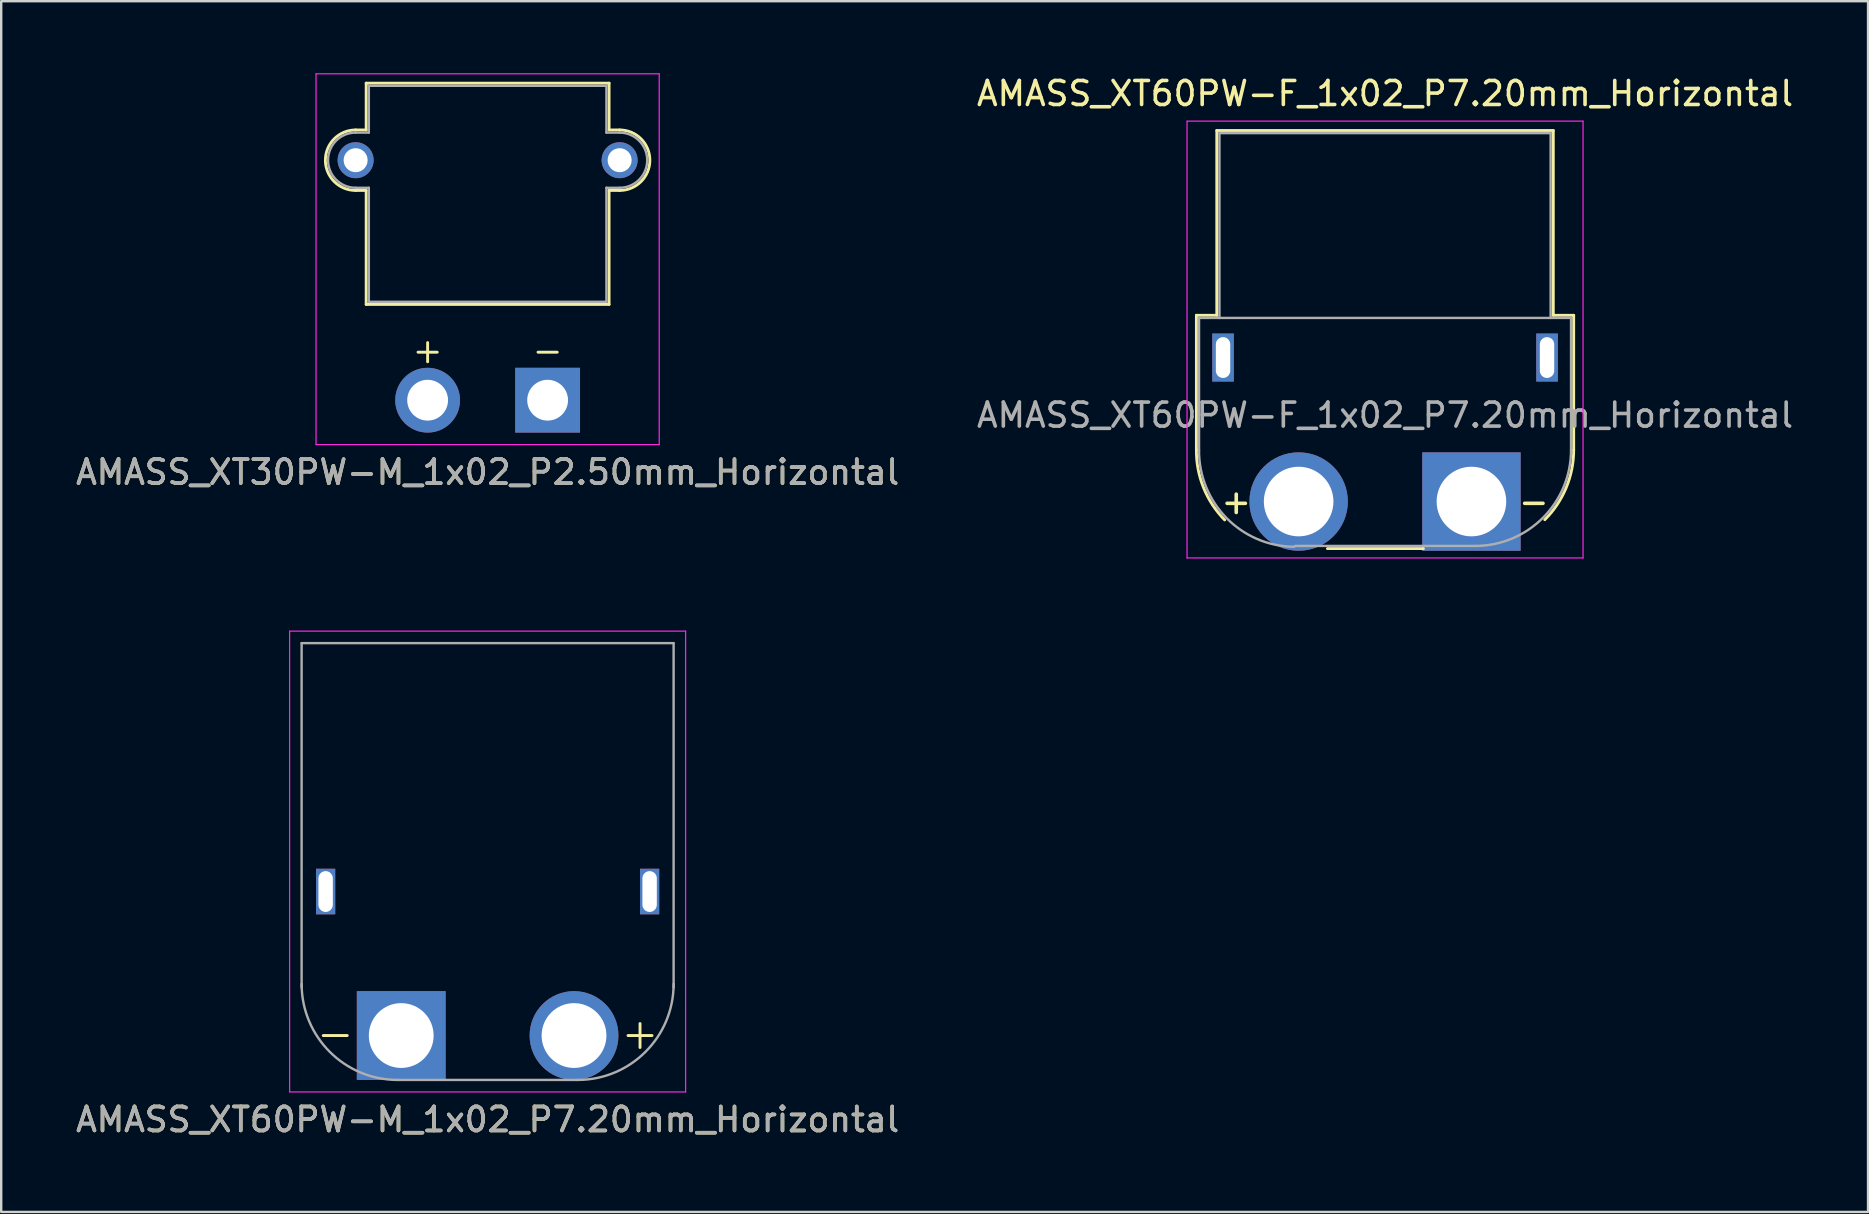
<source format=kicad_pcb>
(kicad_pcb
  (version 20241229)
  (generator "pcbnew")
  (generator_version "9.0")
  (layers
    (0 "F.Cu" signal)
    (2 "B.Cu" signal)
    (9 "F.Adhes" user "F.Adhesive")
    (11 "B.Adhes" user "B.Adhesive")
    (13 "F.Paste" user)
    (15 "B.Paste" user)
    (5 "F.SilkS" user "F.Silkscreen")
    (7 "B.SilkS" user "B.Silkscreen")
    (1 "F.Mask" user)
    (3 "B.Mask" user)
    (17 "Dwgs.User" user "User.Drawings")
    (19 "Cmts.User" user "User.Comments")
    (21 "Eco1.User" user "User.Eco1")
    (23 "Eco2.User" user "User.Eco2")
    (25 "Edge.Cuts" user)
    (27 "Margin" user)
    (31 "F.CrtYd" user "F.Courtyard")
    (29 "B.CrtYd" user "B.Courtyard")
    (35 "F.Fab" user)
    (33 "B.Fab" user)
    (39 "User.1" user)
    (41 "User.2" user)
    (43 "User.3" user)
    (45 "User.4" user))
  (footprint "AMASS_XT60PW-F_1x02_P7.20mm_Horizontal"
    (layer "F.Cu")
    (at 58.261 17.848)
    (property "Reference" "AMASS_XT60PW-F_1x02_P7.20mm_Horizontal" (at -3.6 -17 0) (layer "F.SilkS") (effects (font (size 1 1) (thickness 0.15))))
    (attr through_hole)
    (fp_line (start -11.46 -7.76) (end -11.46 -2.15) (stroke (width 0.12) (type solid)) (layer "F.SilkS"))
    (fp_line (start -11.46 -7.76) (end -10.61 -7.76) (stroke (width 0.12) (type solid)) (layer "F.SilkS"))
    (fp_line (start -10.61 -15.46) (end -10.61 -7.76) (stroke (width 0.12) (type solid)) (layer "F.SilkS"))
    (fp_line (start -10.61 -15.46) (end 3.41 -15.46) (stroke (width 0.12) (type solid)) (layer "F.SilkS"))
    (fp_line (start -6 1.96) (end -2 1.96) (stroke (width 0.12) (type solid)) (layer "F.SilkS"))
    (fp_line (start 3.41 -15.46) (end 3.41 -7.76) (stroke (width 0.12) (type solid)) (layer "F.SilkS"))
    (fp_line (start 3.41 -7.76) (end 4.26 -7.76) (stroke (width 0.12) (type solid)) (layer "F.SilkS"))
    (fp_line (start 4.26 -7.76) (end 4.26 -2.15) (stroke (width 0.12) (type solid)) (layer "F.SilkS"))
    (fp_arc (start -10.280958 0.76646) (mid -11.160539 -0.574507) (end -11.46 -2.15) (stroke (width 0.12) (type solid)) (layer "F.SilkS"))
    (fp_arc (start 4.26 -2.15) (mid 3.947145 -0.577171) (end 3.056209 0.756209) (stroke (width 0.12) (type solid)) (layer "F.SilkS"))
    (fp_line (start -11.85 -15.85) (end -11.85 2.35) (stroke (width 0.05) (type solid)) (layer "F.CrtYd"))
    (fp_line (start -11.85 -15.85) (end 4.65 -15.85) (stroke (width 0.05) (type solid)) (layer "F.CrtYd"))
    (fp_line (start 4.65 2.35) (end -11.85 2.35) (stroke (width 0.05) (type solid)) (layer "F.CrtYd"))
    (fp_line (start 4.65 2.35) (end 4.65 -15.85) (stroke (width 0.05) (type solid)) (layer "F.CrtYd"))
    (fp_line (start -11.35 -7.65) (end -11.35 -2.15) (stroke (width 0.1) (type solid)) (layer "F.Fab"))
    (fp_line (start -11.35 -7.65) (end 4.15 -7.65) (stroke (width 0.1) (type solid)) (layer "F.Fab"))
    (fp_line (start -10.5 -15.35) (end 3.3 -15.35) (stroke (width 0.1) (type solid)) (layer "F.Fab"))
    (fp_line (start -10.5 -7.65) (end -10.5 -15.35) (stroke (width 0.1) (type solid)) (layer "F.Fab"))
    (fp_line (start -7.35 1.85) (end 0.15 1.85) (stroke (width 0.1) (type solid)) (layer "F.Fab"))
    (fp_line (start 3.3 -7.65) (end 3.3 -15.35) (stroke (width 0.1) (type solid)) (layer "F.Fab"))
    (fp_line (start 4.15 -7.65) (end 4.15 -2.15) (stroke (width 0.1) (type solid)) (layer "F.Fab"))
    (fp_arc (start -7.385 1.885) (mid -10.203176 0.688678) (end -11.35 -2.15) (stroke (width 0.1) (type solid)) (layer "F.Fab"))
    (fp_arc (start 4.15 -2.15) (mid 2.978427 0.678427) (end 0.15 1.85) (stroke (width 0.1) (type solid)) (layer "F.Fab"))
    (fp_text user "+" (at -9.8 0 0) (layer "F.SilkS") (effects (font (size 1 1) (thickness 0.15))))
    (fp_text user "-" (at 2.6 0 0) (layer "F.SilkS") (effects (font (size 1 1) (thickness 0.15))))
    (fp_text user "${REFERENCE}" (at -3.6 -3.6 0) (layer "F.Fab") (effects (font (size 1 1) (thickness 0.15))))
    (pad "1" thru_hole rect (at -10.35 -6) (size 0.9 2) (drill oval 0.6 1.7) (layers "*.Cu" "*.Mask"))
    (pad "1" thru_hole rect (at 0 0) (size 4.1 4.1) (drill 2.9) (layers "*.Cu" "*.Mask"))
    (pad "1" thru_hole rect (at 3.15 -6) (size 0.9 2) (drill oval 0.6 1.7) (layers "*.Cu" "*.Mask"))
    (pad "2" thru_hole circle (at -7.2 0) (size 4.1 4.1) (drill 2.9) (layers "*.Cu" "*.Mask")))
  (footprint "AMASS_XT60PW-M_1x02_P7.20mm_Horizontal"
    (layer "F.Cu")
    (at 13.668 40.098)
    (property "Reference" "AMASS_XT60PW-M_1x02_P7.20mm_Horizontal" (at 3.6 3.5 0) (layer "F.SilkS") (effects (font (size 1 1) (thickness 0.15))))
    (attr through_hole)
    (fp_line (start -3.25 0) (end -2.25 0) (stroke (width 0.12) (type solid)) (layer "F.SilkS"))
    (fp_line (start 9.45 0) (end 10.45 0) (stroke (width 0.12) (type solid)) (layer "F.SilkS"))
    (fp_line (start 9.95 -0.5) (end 9.95 0.5) (stroke (width 0.12) (type solid)) (layer "F.SilkS"))
    (fp_line (start -4.65 -16.85) (end -4.65 2.35) (stroke (width 0.05) (type solid)) (layer "F.CrtYd"))
    (fp_line (start -4.65 -16.85) (end 11.85 -16.85) (stroke (width 0.05) (type solid)) (layer "F.CrtYd"))
    (fp_line (start 11.85 -16.85) (end 11.85 2.35) (stroke (width 0.05) (type solid)) (layer "F.CrtYd"))
    (fp_line (start 11.85 2.35) (end -4.65 2.35) (stroke (width 0.05) (type solid)) (layer "F.CrtYd"))
    (fp_line (start -4.15 -16.35) (end -4.15 -2) (stroke (width 0.1) (type solid)) (layer "F.Fab"))
    (fp_line (start -4.15 -16.35) (end 11.35 -16.35) (stroke (width 0.1) (type solid)) (layer "F.Fab"))
    (fp_line (start -0.15 1.85) (end 7.35 1.85) (stroke (width 0.1) (type solid)) (layer "F.Fab"))
    (fp_line (start 11.35 -16.35) (end 11.35 -2) (stroke (width 0.1) (type solid)) (layer "F.Fab"))
    (fp_arc (start -0.15 1.85) (mid -2.978427 0.678427) (end -4.15 -2.15) (stroke (width 0.1) (type solid)) (layer "F.Fab"))
    (fp_arc (start 11.35 -2.15) (mid 10.178427 0.678427) (end 7.35 1.85) (stroke (width 0.1) (type solid)) (layer "F.Fab"))
    (fp_text user "${REFERENCE}" (at 3.6 3.5 0) (layer "F.Fab") (effects (font (size 1 1) (thickness 0.15))))
    (pad "1" thru_hole rect (at -3.15 -6) (size 0.8 1.9) (drill oval 0.6 1.7) (layers "*.Cu" "*.Mask"))
    (pad "1" thru_hole rect (at 0 0) (size 3.7 3.7) (drill 2.7) (layers "*.Cu" "*.Mask"))
    (pad "1" thru_hole rect (at 10.35 -6) (size 0.8 1.9) (drill oval 0.6 1.7) (layers "*.Cu" "*.Mask"))
    (pad "2" thru_hole circle (at 7.2 0) (size 3.7 3.7) (drill 2.7) (layers "*.Cu" "*.Mask")))
  (footprint "AMASS_XT30PW-M_1x02_P2.50mm_Horizontal"
    (layer "F.Cu")
    (at 19.768 13.625)
    (property "Reference" "AMASS_XT30PW-M_1x02_P2.50mm_Horizontal" (at -2.5 3 0) (layer "F.SilkS") (effects (font (size 1 1) (thickness 0.15))))
    (attr through_hole)
    (fp_line (start -8 -11.26) (end -7.56 -11.26) (stroke (width 0.12) (type solid)) (layer "F.SilkS"))
    (fp_line (start -8 -8.74) (end -7.56 -8.74) (stroke (width 0.12) (type solid)) (layer "F.SilkS"))
    (fp_line (start -7.56 -13.21) (end -7.56 -11.26) (stroke (width 0.12) (type solid)) (layer "F.SilkS"))
    (fp_line (start -7.56 -13.21) (end 2.56 -13.21) (stroke (width 0.12) (type solid)) (layer "F.SilkS"))
    (fp_line (start -7.56 -8.74) (end -7.56 -3.99) (stroke (width 0.12) (type solid)) (layer "F.SilkS"))
    (fp_line (start -7.56 -3.99) (end 2.56 -3.99) (stroke (width 0.12) (type solid)) (layer "F.SilkS"))
    (fp_line (start -5.4 -2) (end -4.6 -2) (stroke (width 0.12) (type solid)) (layer "F.SilkS"))
    (fp_line (start -5 -2.4) (end -5 -1.6) (stroke (width 0.12) (type solid)) (layer "F.SilkS"))
    (fp_line (start -0.4 -2) (end 0.4 -2) (stroke (width 0.12) (type solid)) (layer "F.SilkS"))
    (fp_line (start 2.56 -13.21) (end 2.56 -11.26) (stroke (width 0.12) (type solid)) (layer "F.SilkS"))
    (fp_line (start 2.56 -11.26) (end 3 -11.26) (stroke (width 0.12) (type solid)) (layer "F.SilkS"))
    (fp_line (start 2.56 -8.74) (end 2.56 -3.99) (stroke (width 0.12) (type solid)) (layer "F.SilkS"))
    (fp_line (start 2.56 -8.74) (end 3 -8.74) (stroke (width 0.12) (type solid)) (layer "F.SilkS"))
    (fp_arc (start -8 -8.74) (mid -9.26 -10) (end -8 -11.26) (stroke (width 0.12) (type solid)) (layer "F.SilkS"))
    (fp_arc (start 3 -11.26) (mid 4.26 -10) (end 3 -8.74) (stroke (width 0.12) (type solid)) (layer "F.SilkS"))
    (fp_line (start -9.65 -13.6) (end -9.65 1.85) (stroke (width 0.05) (type solid)) (layer "F.CrtYd"))
    (fp_line (start -9.65 -13.6) (end 4.65 -13.6) (stroke (width 0.05) (type solid)) (layer "F.CrtYd"))
    (fp_line (start -9.65 1.85) (end 4.65 1.85) (stroke (width 0.05) (type solid)) (layer "F.CrtYd"))
    (fp_line (start 4.65 -13.6) (end 4.65 1.85) (stroke (width 0.05) (type solid)) (layer "F.CrtYd"))
    (fp_line (start -8 -11.15) (end -7.45 -11.15) (stroke (width 0.1) (type solid)) (layer "F.Fab"))
    (fp_line (start -8 -8.85) (end -7.45 -8.85) (stroke (width 0.1) (type solid)) (layer "F.Fab"))
    (fp_line (start -7.45 -13.1) (end -7.45 -11.15) (stroke (width 0.1) (type solid)) (layer "F.Fab"))
    (fp_line (start -7.45 -13.1) (end 2.45 -13.1) (stroke (width 0.1) (type solid)) (layer "F.Fab"))
    (fp_line (start -7.45 -8.85) (end -7.45 -4.1) (stroke (width 0.1) (type solid)) (layer "F.Fab"))
    (fp_line (start -7.45 -4.1) (end 2.45 -4.1) (stroke (width 0.1) (type solid)) (layer "F.Fab"))
    (fp_line (start 2.45 -13.1) (end 2.45 -11.15) (stroke (width 0.1) (type solid)) (layer "F.Fab"))
    (fp_line (start 2.45 -11.15) (end 3 -11.15) (stroke (width 0.1) (type solid)) (layer "F.Fab"))
    (fp_line (start 2.45 -8.85) (end 2.45 -4.1) (stroke (width 0.1) (type solid)) (layer "F.Fab"))
    (fp_line (start 2.45 -8.85) (end 3 -8.85) (stroke (width 0.1) (type solid)) (layer "F.Fab"))
    (fp_arc (start -8 -8.85) (mid -9.15 -10) (end -8 -11.15) (stroke (width 0.1) (type solid)) (layer "F.Fab"))
    (fp_arc (start 3 -11.15) (mid 4.15 -10) (end 3 -8.85) (stroke (width 0.1) (type solid)) (layer "F.Fab"))
    (fp_text user "${REFERENCE}" (at -2.5 3 0) (layer "F.Fab") (effects (font (size 1 1) (thickness 0.15))))
    (pad "" thru_hole circle (at -8 -10) (size 1.5 1.5) (drill 1) (layers "*.Cu" "*.Mask"))
    (pad "" thru_hole circle (at 3 -10) (size 1.5 1.5) (drill 1) (layers "*.Cu" "*.Mask"))
    (pad "1" thru_hole rect (at 0 0) (size 2.7 2.7) (drill 1.7) (layers "*.Cu" "*.Mask"))
    (pad "2" thru_hole circle (at -5 0) (size 2.7 2.7) (drill 1.7) (layers "*.Cu" "*.Mask")))
  (gr_rect
    (start -3 -3)
    (end 74.786 47.447)
    (stroke (width 0.1) (type default))
    (fill no)
    (layer "Edge.Cuts")))
</source>
